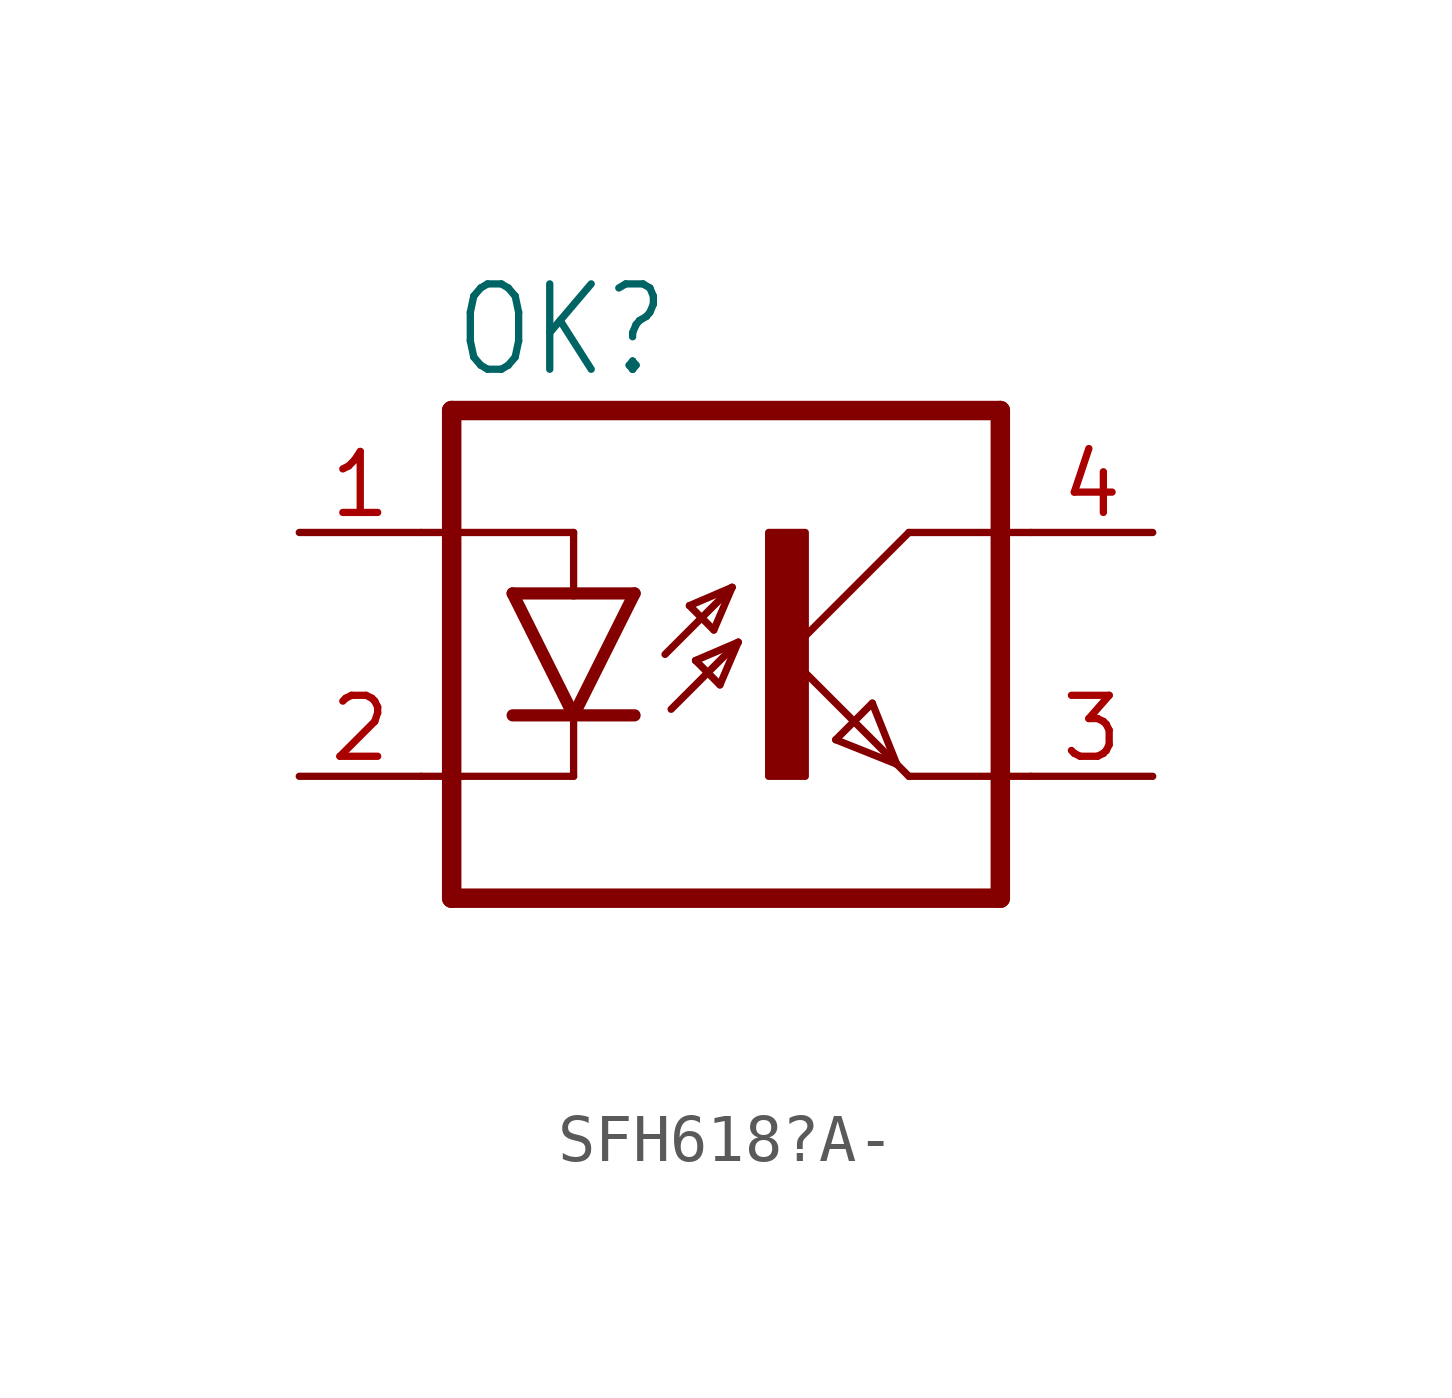
<source format=kicad_sym>
(kicad_symbol_lib
  (version 20220914)
  (generator kicad_symbol_editor)
  (symbol "SFH618?A-"
    (property "Reference" "OK"
      (at -6.985 5.715 0)
      (effects (font (size 1.778 1.511)) (justify left bottom)))
    (property "Value" ""
      (at -6.985 -7.62 0)
      (effects (font (size 1.778 1.511)) (justify left bottom)))
    (property "ki_locked" ""
      (at 0 0 0)
      (effects (font (size 1.27 1.27))))
    (symbol "SFH618?A-_1_0"
      (rectangle (start -0.381 -2.54) (end 0.381 2.54) (stroke (width 0) (type default)) (fill (type outline)))
      (polyline (pts (xy -6.985 -5.08) (xy 4.445 -5.08)) (stroke (width 0.406) (type solid)) (fill (type none)))
      (polyline (pts (xy -6.985 5.08) (xy -6.985 -5.08)) (stroke (width 0.406) (type solid)) (fill (type none)))
      (polyline (pts (xy -6.985 5.08) (xy 4.445 5.08)) (stroke (width 0.406) (type solid)) (fill (type none)))
      (polyline (pts (xy -4.445 -2.54) (xy -7.62 -2.54)) (stroke (width 0.152) (type solid)) (fill (type none)))
      (polyline (pts (xy -4.445 -1.27) (xy -5.715 -1.27)) (stroke (width 0.254) (type solid)) (fill (type none)))
      (polyline (pts (xy -4.445 -1.27) (xy -5.715 1.27)) (stroke (width 0.254) (type solid)) (fill (type none)))
      (polyline (pts (xy -4.445 -1.27) (xy -4.445 -2.54)) (stroke (width 0.152) (type solid)) (fill (type none)))
      (polyline (pts (xy -4.445 1.27) (xy -5.715 1.27)) (stroke (width 0.254) (type solid)) (fill (type none)))
      (polyline (pts (xy -4.445 2.54) (xy -7.62 2.54)) (stroke (width 0.152) (type solid)) (fill (type none)))
      (polyline (pts (xy -4.445 2.54) (xy -4.445 1.27)) (stroke (width 0.152) (type solid)) (fill (type none)))
      (polyline (pts (xy -3.175 -1.27) (xy -4.445 -1.27)) (stroke (width 0.254) (type solid)) (fill (type none)))
      (polyline (pts (xy -3.175 1.27) (xy -4.445 -1.27)) (stroke (width 0.254) (type solid)) (fill (type none)))
      (polyline (pts (xy -3.175 1.27) (xy -4.445 1.27)) (stroke (width 0.254) (type solid)) (fill (type none)))
      (polyline (pts (xy -2.54 0) (xy -1.143 1.397)) (stroke (width 0.152) (type solid)) (fill (type none)))
      (polyline (pts (xy -2.413 -1.143) (xy -1.016 0.254)) (stroke (width 0.152) (type solid)) (fill (type none)))
      (polyline (pts (xy -2.032 1.016) (xy -1.524 0.508)) (stroke (width 0.152) (type solid)) (fill (type none)))
      (polyline (pts (xy -1.905 -0.127) (xy -1.397 -0.635)) (stroke (width 0.152) (type solid)) (fill (type none)))
      (polyline (pts (xy -1.524 0.508) (xy -1.143 1.397)) (stroke (width 0.152) (type solid)) (fill (type none)))
      (polyline (pts (xy -1.397 -0.635) (xy -1.016 0.254)) (stroke (width 0.152) (type solid)) (fill (type none)))
      (polyline (pts (xy -1.143 1.397) (xy -2.032 1.016)) (stroke (width 0.152) (type solid)) (fill (type none)))
      (polyline (pts (xy -1.016 0.254) (xy -1.905 -0.127)) (stroke (width 0.152) (type solid)) (fill (type none)))
      (polyline (pts (xy 0 0) (xy 2.286 -2.286)) (stroke (width 0.152) (type solid)) (fill (type none)))
      (polyline (pts (xy 1.016 -1.778) (xy 1.778 -1.016)) (stroke (width 0.152) (type solid)) (fill (type none)))
      (polyline (pts (xy 1.778 -1.016) (xy 2.286 -2.286)) (stroke (width 0.152) (type solid)) (fill (type none)))
      (polyline (pts (xy 2.286 -2.286) (xy 1.016 -1.778)) (stroke (width 0.152) (type solid)) (fill (type none)))
      (polyline (pts (xy 2.286 -2.286) (xy 2.54 -2.54)) (stroke (width 0.152) (type solid)) (fill (type none)))
      (polyline (pts (xy 2.54 -2.54) (xy 5.08 -2.54)) (stroke (width 0.152) (type solid)) (fill (type none)))
      (polyline (pts (xy 2.54 2.54) (xy 0 0)) (stroke (width 0.152) (type solid)) (fill (type none)))
      (polyline (pts (xy 2.54 2.54) (xy 5.08 2.54)) (stroke (width 0.152) (type solid)) (fill (type none)))
      (polyline (pts (xy 4.445 5.08) (xy 4.445 -5.08)) (stroke (width 0.406) (type solid)) (fill (type none)))
      (pin passive line (at -10.16 2.54 0) (length 2.54) (name "A" (effects (font (size 0 0)))) (number "1" (effects (font (size 1.27 1.27)))))
      (pin passive line (at -10.16 -2.54 0) (length 2.54) (name "C" (effects (font (size 0 0)))) (number "2" (effects (font (size 1.27 1.27)))))
      (pin passive line (at 7.62 -2.54 180) (length 2.54) (name "EMIT" (effects (font (size 0 0)))) (number "3" (effects (font (size 1.27 1.27)))))
      (pin passive line (at 7.62 2.54 180) (length 2.54) (name "COL" (effects (font (size 0 0)))) (number "4" (effects (font (size 1.27 1.27))))))))
</source>
